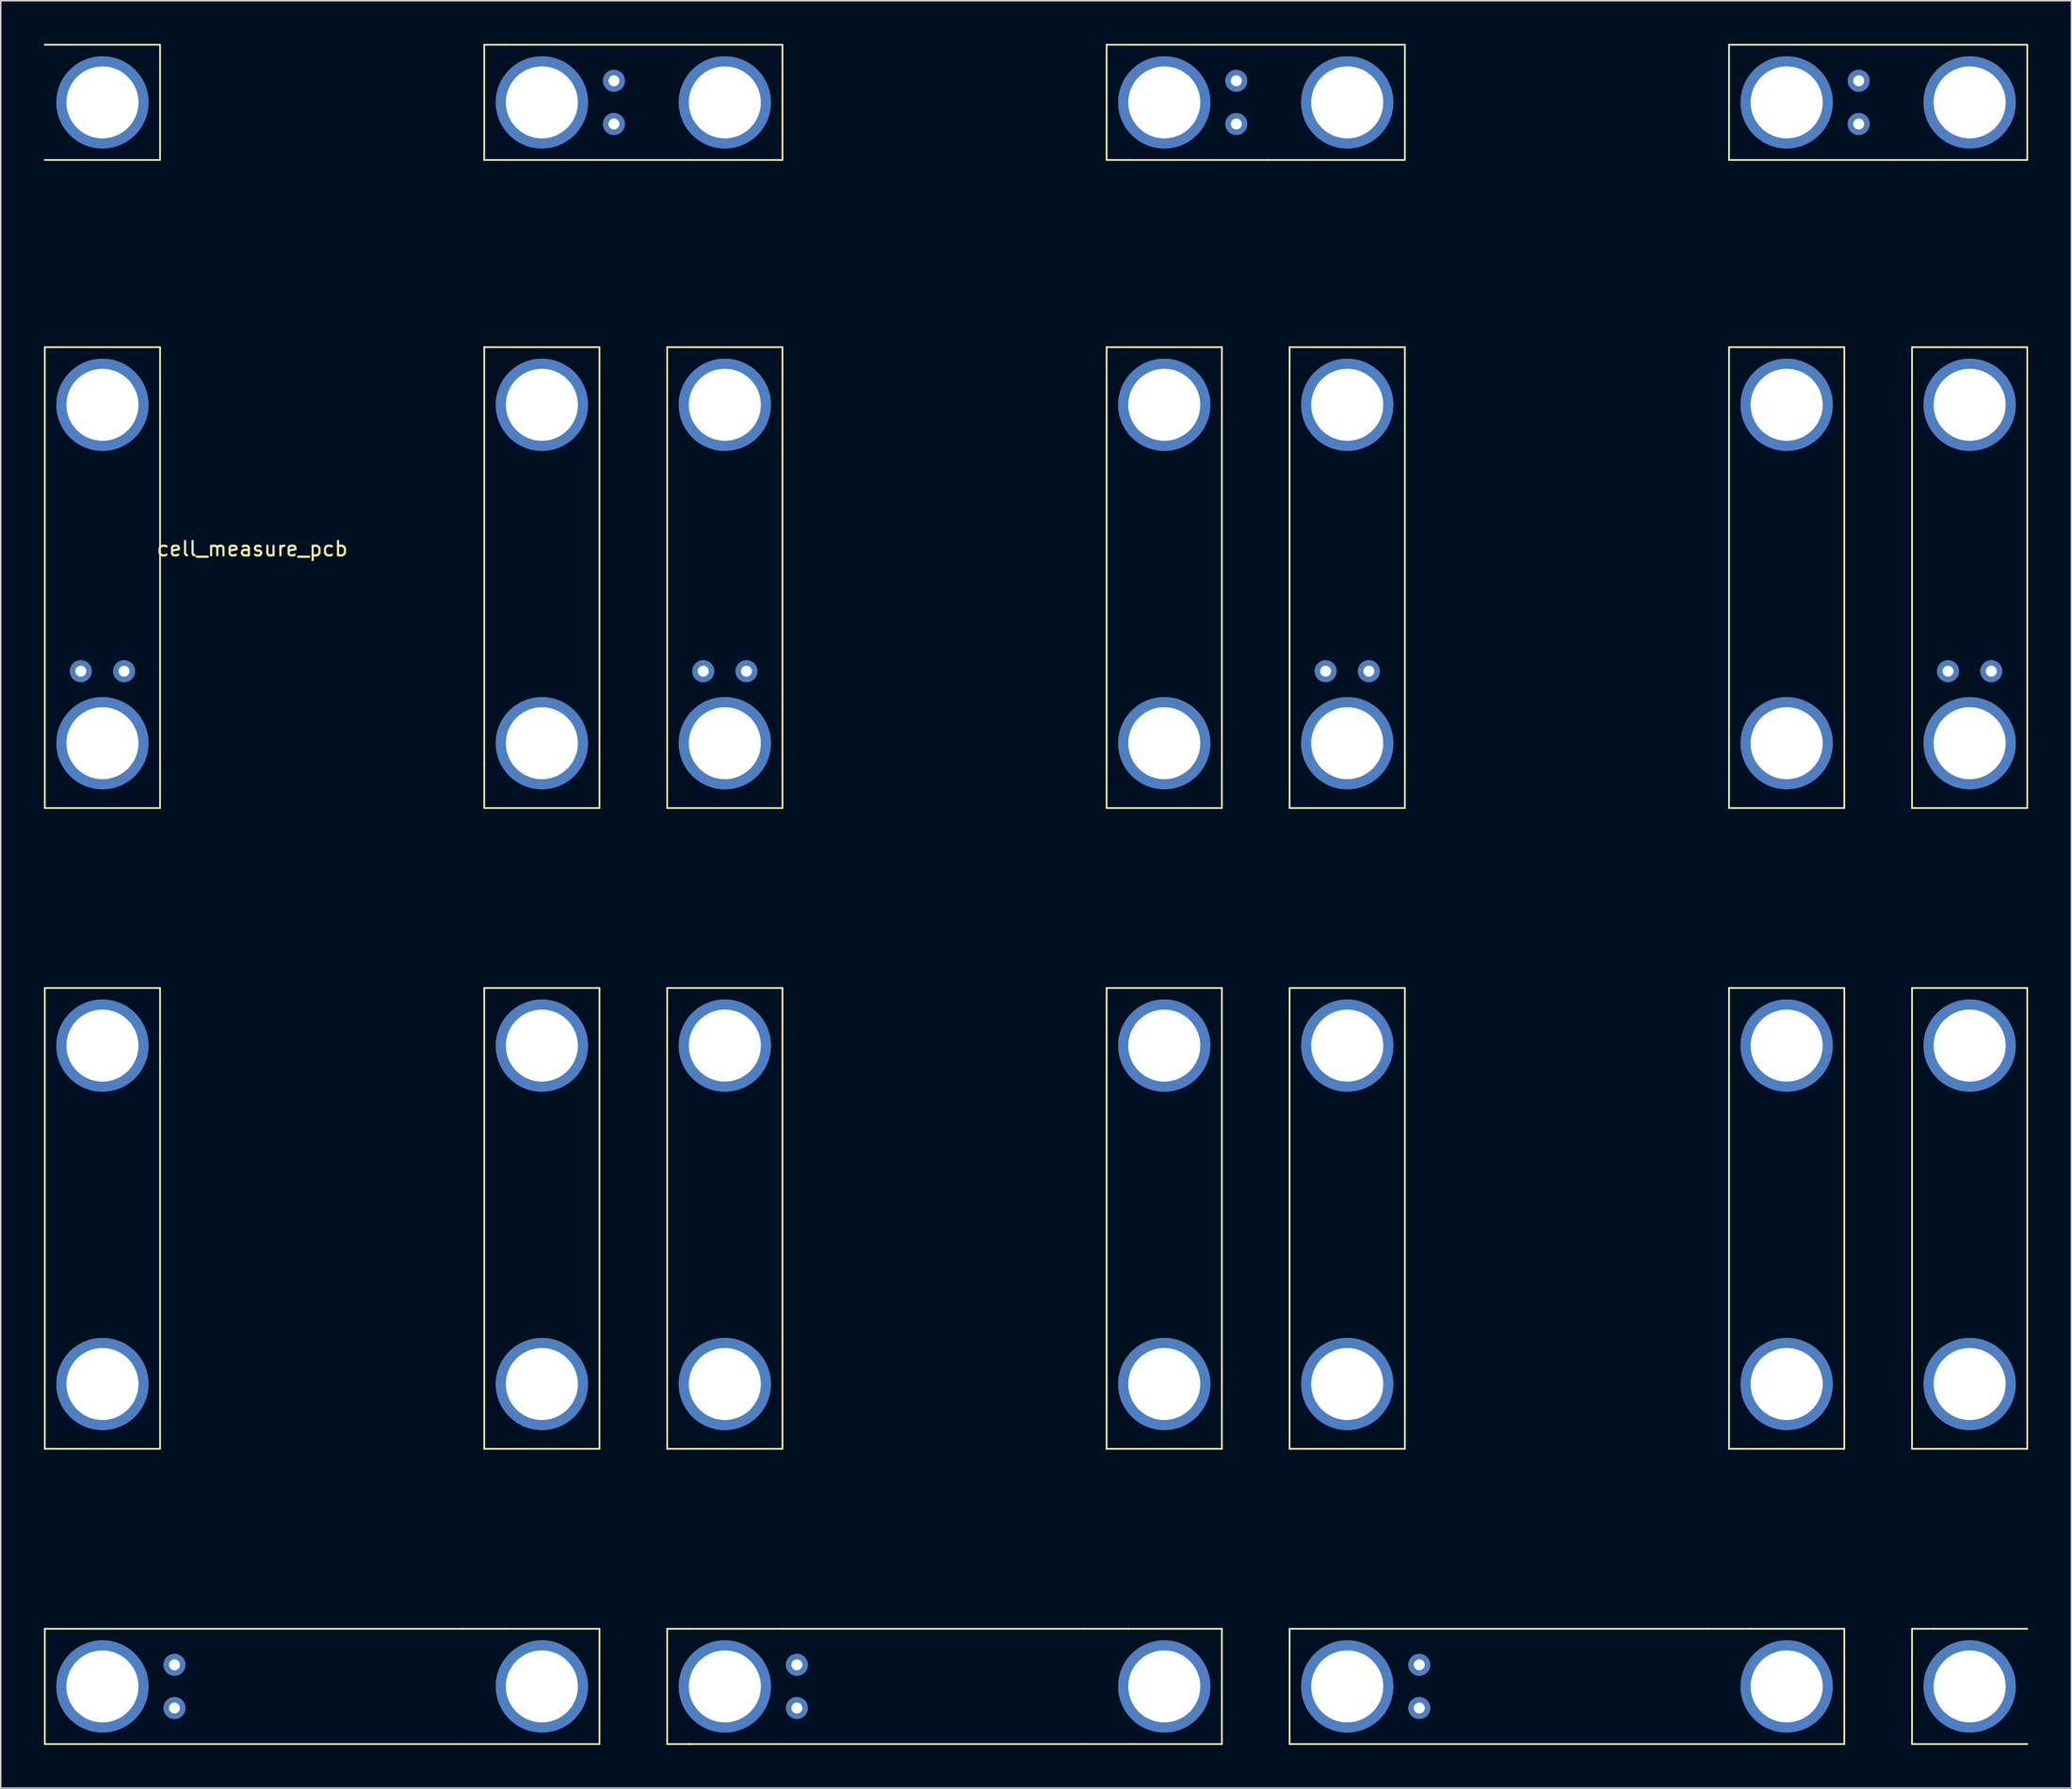
<source format=kicad_pcb>
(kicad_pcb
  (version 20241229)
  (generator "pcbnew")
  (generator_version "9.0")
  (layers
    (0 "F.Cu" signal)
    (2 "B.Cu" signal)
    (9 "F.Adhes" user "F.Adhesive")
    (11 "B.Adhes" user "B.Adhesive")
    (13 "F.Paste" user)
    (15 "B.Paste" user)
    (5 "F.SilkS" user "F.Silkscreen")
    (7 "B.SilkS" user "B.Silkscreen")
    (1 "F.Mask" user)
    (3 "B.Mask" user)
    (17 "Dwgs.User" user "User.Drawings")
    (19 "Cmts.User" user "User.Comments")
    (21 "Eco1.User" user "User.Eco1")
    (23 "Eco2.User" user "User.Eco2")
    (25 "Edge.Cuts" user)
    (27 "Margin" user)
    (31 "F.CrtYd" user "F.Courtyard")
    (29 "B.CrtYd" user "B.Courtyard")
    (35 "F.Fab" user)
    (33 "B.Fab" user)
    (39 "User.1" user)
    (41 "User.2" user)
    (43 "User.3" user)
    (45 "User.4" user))
  (footprint "cell_measure_pcb"
    (layer "F.Cu")
    (at 4.06 25.06)
    (property "Reference" "cell_measure_pcb" (at 10.4 10 0) (layer "F.SilkS") (effects (font (size 1 1) (thickness 0.15))))
    (attr through_hole)
    (fp_line (start -4 -25) (end 4 -25) (stroke (width 0.12) (type solid)) (layer "F.SilkS"))
    (fp_line (start -4 -4) (end -4 25) (stroke (width 0.12) (type solid)) (layer "F.SilkS"))
    (fp_line (start -4 25) (end -4 28) (stroke (width 0.12) (type solid)) (layer "F.SilkS"))
    (fp_line (start -4 28) (end 4 28) (stroke (width 0.12) (type solid)) (layer "F.SilkS"))
    (fp_line (start -4 40.5) (end -4 69.5) (stroke (width 0.12) (type solid)) (layer "F.SilkS"))
    (fp_line (start -4 69.5) (end -4 72.5) (stroke (width 0.12) (type solid)) (layer "F.SilkS"))
    (fp_line (start -4 72.5) (end 4 72.5) (stroke (width 0.12) (type solid)) (layer "F.SilkS"))
    (fp_line (start -4 85) (end -4 93) (stroke (width 0.12) (type solid)) (layer "F.SilkS"))
    (fp_line (start -4 93) (end 25 93) (stroke (width 0.12) (type solid)) (layer "F.SilkS"))
    (fp_line (start 4 -25) (end 4 -17) (stroke (width 0.12) (type solid)) (layer "F.SilkS"))
    (fp_line (start 4 -17) (end -4 -17) (stroke (width 0.12) (type solid)) (layer "F.SilkS"))
    (fp_line (start 4 -4) (end -4 -4) (stroke (width 0.12) (type solid)) (layer "F.SilkS"))
    (fp_line (start 4 25) (end 4 -4) (stroke (width 0.12) (type solid)) (layer "F.SilkS"))
    (fp_line (start 4 25) (end 4 28) (stroke (width 0.12) (type solid)) (layer "F.SilkS"))
    (fp_line (start 4 40.5) (end -4 40.5) (stroke (width 0.12) (type solid)) (layer "F.SilkS"))
    (fp_line (start 4 69.5) (end 4 40.5) (stroke (width 0.12) (type solid)) (layer "F.SilkS"))
    (fp_line (start 4 69.5) (end 4 72.5) (stroke (width 0.12) (type solid)) (layer "F.SilkS"))
    (fp_line (start 25 85) (end -4 85) (stroke (width 0.12) (type solid)) (layer "F.SilkS"))
    (fp_line (start 25 85) (end 28 85) (stroke (width 0.12) (type solid)) (layer "F.SilkS"))
    (fp_line (start 25 93) (end 28 93) (stroke (width 0.12) (type solid)) (layer "F.SilkS"))
    (fp_line (start 26.5 -25) (end 26.5 -17) (stroke (width 0.12) (type solid)) (layer "F.SilkS"))
    (fp_line (start 26.5 -25) (end 28.1 -25) (stroke (width 0.12) (type solid)) (layer "F.SilkS"))
    (fp_line (start 26.5 -17) (end 28 -17) (stroke (width 0.12) (type solid)) (layer "F.SilkS"))
    (fp_line (start 26.5 -4) (end 26.5 25) (stroke (width 0.12) (type solid)) (layer "F.SilkS"))
    (fp_line (start 26.5 25) (end 26.5 28) (stroke (width 0.12) (type solid)) (layer "F.SilkS"))
    (fp_line (start 26.5 28) (end 34.5 28) (stroke (width 0.12) (type solid)) (layer "F.SilkS"))
    (fp_line (start 26.5 40.5) (end 26.5 69.5) (stroke (width 0.12) (type solid)) (layer "F.SilkS"))
    (fp_line (start 26.5 69.5) (end 26.5 72.5) (stroke (width 0.12) (type solid)) (layer "F.SilkS"))
    (fp_line (start 26.5 72.5) (end 34.5 72.5) (stroke (width 0.12) (type solid)) (layer "F.SilkS"))
    (fp_line (start 28 -25) (end 34.5 -25) (stroke (width 0.12) (type solid)) (layer "F.SilkS"))
    (fp_line (start 28 -17) (end 34.5 -17) (stroke (width 0.12) (type solid)) (layer "F.SilkS"))
    (fp_line (start 28 85) (end 34.5 85) (stroke (width 0.12) (type solid)) (layer "F.SilkS"))
    (fp_line (start 28 93) (end 34.5 93) (stroke (width 0.12) (type solid)) (layer "F.SilkS"))
    (fp_line (start 34.5 -25) (end 37.7 -25) (stroke (width 0.12) (type solid)) (layer "F.SilkS"))
    (fp_line (start 34.5 -17) (end 37.7 -17) (stroke (width 0.12) (type solid)) (layer "F.SilkS"))
    (fp_line (start 34.5 -4) (end 26.5 -4) (stroke (width 0.12) (type solid)) (layer "F.SilkS"))
    (fp_line (start 34.5 25) (end 34.5 -4) (stroke (width 0.12) (type solid)) (layer "F.SilkS"))
    (fp_line (start 34.5 25) (end 34.5 28) (stroke (width 0.12) (type solid)) (layer "F.SilkS"))
    (fp_line (start 34.5 40.5) (end 26.5 40.5) (stroke (width 0.12) (type solid)) (layer "F.SilkS"))
    (fp_line (start 34.5 69.5) (end 34.5 40.5) (stroke (width 0.12) (type solid)) (layer "F.SilkS"))
    (fp_line (start 34.5 69.5) (end 34.5 72.5) (stroke (width 0.12) (type solid)) (layer "F.SilkS"))
    (fp_line (start 34.5 93) (end 34.5 85) (stroke (width 0.12) (type solid)) (layer "F.SilkS"))
    (fp_line (start 37.7 -25) (end 40.7 -25) (stroke (width 0.12) (type solid)) (layer "F.SilkS"))
    (fp_line (start 37.7 -17) (end 40.7 -17) (stroke (width 0.12) (type solid)) (layer "F.SilkS"))
    (fp_line (start 39.2 -4) (end 39.2 28) (stroke (width 0.12) (type solid)) (layer "F.SilkS"))
    (fp_line (start 39.2 28) (end 47.2 28) (stroke (width 0.12) (type solid)) (layer "F.SilkS"))
    (fp_line (start 39.2 40.5) (end 39.2 72.5) (stroke (width 0.12) (type solid)) (layer "F.SilkS"))
    (fp_line (start 39.2 72.5) (end 47.2 72.5) (stroke (width 0.12) (type solid)) (layer "F.SilkS"))
    (fp_line (start 39.2 85) (end 39.2 93) (stroke (width 0.12) (type solid)) (layer "F.SilkS"))
    (fp_line (start 39.2 93) (end 40.8 93) (stroke (width 0.12) (type solid)) (layer "F.SilkS"))
    (fp_line (start 40.7 -25) (end 47.2 -25) (stroke (width 0.12) (type solid)) (layer "F.SilkS"))
    (fp_line (start 40.7 -17) (end 47.2 -17) (stroke (width 0.12) (type solid)) (layer "F.SilkS"))
    (fp_line (start 40.7 85) (end 39.2 85) (stroke (width 0.12) (type solid)) (layer "F.SilkS"))
    (fp_line (start 40.7 85) (end 47.2 85) (stroke (width 0.12) (type solid)) (layer "F.SilkS"))
    (fp_line (start 40.7 93) (end 47.2 93) (stroke (width 0.12) (type solid)) (layer "F.SilkS"))
    (fp_line (start 47.2 -17) (end 47.2 -25) (stroke (width 0.12) (type solid)) (layer "F.SilkS"))
    (fp_line (start 47.2 -4) (end 39.2 -4) (stroke (width 0.12) (type solid)) (layer "F.SilkS"))
    (fp_line (start 47.2 25) (end 47.2 -4) (stroke (width 0.12) (type solid)) (layer "F.SilkS"))
    (fp_line (start 47.2 25) (end 47.2 28) (stroke (width 0.12) (type solid)) (layer "F.SilkS"))
    (fp_line (start 47.2 40.5) (end 39.2 40.5) (stroke (width 0.12) (type solid)) (layer "F.SilkS"))
    (fp_line (start 47.2 69.5) (end 47.2 40.5) (stroke (width 0.12) (type solid)) (layer "F.SilkS"))
    (fp_line (start 47.2 69.5) (end 47.2 72.5) (stroke (width 0.12) (type solid)) (layer "F.SilkS"))
    (fp_line (start 47.2 85) (end 68.2 85) (stroke (width 0.12) (type solid)) (layer "F.SilkS"))
    (fp_line (start 47.2 93) (end 68.2 93) (stroke (width 0.12) (type solid)) (layer "F.SilkS"))
    (fp_line (start 68.2 85) (end 71.2 85) (stroke (width 0.12) (type solid)) (layer "F.SilkS"))
    (fp_line (start 68.2 93) (end 71.2 93) (stroke (width 0.12) (type solid)) (layer "F.SilkS"))
    (fp_line (start 69.7 -25) (end 71.2 -25) (stroke (width 0.12) (type solid)) (layer "F.SilkS"))
    (fp_line (start 69.7 -17) (end 69.7 -25) (stroke (width 0.12) (type solid)) (layer "F.SilkS"))
    (fp_line (start 69.7 -17) (end 71.3 -17) (stroke (width 0.12) (type solid)) (layer "F.SilkS"))
    (fp_line (start 69.7 -4) (end 69.7 25) (stroke (width 0.12) (type solid)) (layer "F.SilkS"))
    (fp_line (start 69.7 25) (end 69.7 28) (stroke (width 0.12) (type solid)) (layer "F.SilkS"))
    (fp_line (start 69.7 28) (end 77.7 28) (stroke (width 0.12) (type solid)) (layer "F.SilkS"))
    (fp_line (start 69.7 40.5) (end 69.7 69.5) (stroke (width 0.12) (type solid)) (layer "F.SilkS"))
    (fp_line (start 69.7 69.5) (end 69.7 72.5) (stroke (width 0.12) (type solid)) (layer "F.SilkS"))
    (fp_line (start 69.7 72.5) (end 77.7 72.5) (stroke (width 0.12) (type solid)) (layer "F.SilkS"))
    (fp_line (start 71.2 -25) (end 77.7 -25) (stroke (width 0.12) (type solid)) (layer "F.SilkS"))
    (fp_line (start 71.2 -17) (end 77.7 -17) (stroke (width 0.12) (type solid)) (layer "F.SilkS"))
    (fp_line (start 71.2 85) (end 77.7 85) (stroke (width 0.12) (type solid)) (layer "F.SilkS"))
    (fp_line (start 71.2 93) (end 77.7 93) (stroke (width 0.12) (type solid)) (layer "F.SilkS"))
    (fp_line (start 77.7 -25) (end 80.9 -25) (stroke (width 0.12) (type solid)) (layer "F.SilkS"))
    (fp_line (start 77.7 -17) (end 80.9 -17) (stroke (width 0.12) (type solid)) (layer "F.SilkS"))
    (fp_line (start 77.7 -4) (end 69.7 -4) (stroke (width 0.12) (type solid)) (layer "F.SilkS"))
    (fp_line (start 77.7 25) (end 77.7 -4) (stroke (width 0.12) (type solid)) (layer "F.SilkS"))
    (fp_line (start 77.7 25) (end 77.7 28) (stroke (width 0.12) (type solid)) (layer "F.SilkS"))
    (fp_line (start 77.7 40.5) (end 69.7 40.5) (stroke (width 0.12) (type solid)) (layer "F.SilkS"))
    (fp_line (start 77.7 69.5) (end 77.7 40.5) (stroke (width 0.12) (type solid)) (layer "F.SilkS"))
    (fp_line (start 77.7 69.5) (end 77.7 72.5) (stroke (width 0.12) (type solid)) (layer "F.SilkS"))
    (fp_line (start 77.7 93) (end 77.7 85) (stroke (width 0.12) (type solid)) (layer "F.SilkS"))
    (fp_line (start 80.9 -25) (end 83.9 -25) (stroke (width 0.12) (type solid)) (layer "F.SilkS"))
    (fp_line (start 80.9 -17) (end 83.9 -17) (stroke (width 0.12) (type solid)) (layer "F.SilkS"))
    (fp_line (start 82.4 28) (end 82.4 -4) (stroke (width 0.12) (type solid)) (layer "F.SilkS"))
    (fp_line (start 82.4 28) (end 90.4 28) (stroke (width 0.12) (type solid)) (layer "F.SilkS"))
    (fp_line (start 82.4 40.5) (end 82.4 72.5) (stroke (width 0.12) (type solid)) (layer "F.SilkS"))
    (fp_line (start 82.4 72.5) (end 90.4 72.5) (stroke (width 0.12) (type solid)) (layer "F.SilkS"))
    (fp_line (start 82.4 85) (end 82.4 93) (stroke (width 0.12) (type solid)) (layer "F.SilkS"))
    (fp_line (start 82.4 85) (end 83.9 85) (stroke (width 0.12) (type solid)) (layer "F.SilkS"))
    (fp_line (start 82.4 93) (end 83.9 93) (stroke (width 0.12) (type solid)) (layer "F.SilkS"))
    (fp_line (start 83.9 -25) (end 90.4 -25) (stroke (width 0.12) (type solid)) (layer "F.SilkS"))
    (fp_line (start 83.9 -17) (end 90.4 -17) (stroke (width 0.12) (type solid)) (layer "F.SilkS"))
    (fp_line (start 83.9 85) (end 90.4 85) (stroke (width 0.12) (type solid)) (layer "F.SilkS"))
    (fp_line (start 83.9 93) (end 90.4 93) (stroke (width 0.12) (type solid)) (layer "F.SilkS"))
    (fp_line (start 90.4 -17) (end 90.4 -25) (stroke (width 0.12) (type solid)) (layer "F.SilkS"))
    (fp_line (start 90.4 -4) (end 82.4 -4) (stroke (width 0.12) (type solid)) (layer "F.SilkS"))
    (fp_line (start 90.4 25) (end 90.4 -4) (stroke (width 0.12) (type solid)) (layer "F.SilkS"))
    (fp_line (start 90.4 25) (end 90.4 28) (stroke (width 0.12) (type solid)) (layer "F.SilkS"))
    (fp_line (start 90.4 40.5) (end 82.4 40.5) (stroke (width 0.12) (type solid)) (layer "F.SilkS"))
    (fp_line (start 90.4 69.5) (end 90.4 40.5) (stroke (width 0.12) (type solid)) (layer "F.SilkS"))
    (fp_line (start 90.4 69.5) (end 90.4 72.5) (stroke (width 0.12) (type solid)) (layer "F.SilkS"))
    (fp_line (start 90.4 85) (end 111.4 85) (stroke (width 0.12) (type solid)) (layer "F.SilkS"))
    (fp_line (start 90.4 93) (end 111.4 93) (stroke (width 0.12) (type solid)) (layer "F.SilkS"))
    (fp_line (start 111.4 85) (end 114.4 85) (stroke (width 0.12) (type solid)) (layer "F.SilkS"))
    (fp_line (start 111.4 93) (end 114.4 93) (stroke (width 0.12) (type solid)) (layer "F.SilkS"))
    (fp_line (start 112.9 -17) (end 112.9 -25) (stroke (width 0.12) (type solid)) (layer "F.SilkS"))
    (fp_line (start 112.9 -4) (end 112.9 25) (stroke (width 0.12) (type solid)) (layer "F.SilkS"))
    (fp_line (start 112.9 25) (end 112.9 28) (stroke (width 0.12) (type solid)) (layer "F.SilkS"))
    (fp_line (start 112.9 28) (end 120.9 28) (stroke (width 0.12) (type solid)) (layer "F.SilkS"))
    (fp_line (start 112.9 40.5) (end 112.9 69.5) (stroke (width 0.12) (type solid)) (layer "F.SilkS"))
    (fp_line (start 112.9 69.5) (end 112.9 72.5) (stroke (width 0.12) (type solid)) (layer "F.SilkS"))
    (fp_line (start 112.9 72.5) (end 120.9 72.5) (stroke (width 0.12) (type solid)) (layer "F.SilkS"))
    (fp_line (start 114.4 85) (end 120.9 85) (stroke (width 0.12) (type solid)) (layer "F.SilkS"))
    (fp_line (start 114.4 93) (end 120.9 93) (stroke (width 0.12) (type solid)) (layer "F.SilkS"))
    (fp_line (start 120.9 -4) (end 112.9 -4) (stroke (width 0.12) (type solid)) (layer "F.SilkS"))
    (fp_line (start 120.9 25) (end 120.9 -4) (stroke (width 0.12) (type solid)) (layer "F.SilkS"))
    (fp_line (start 120.9 25) (end 120.9 28) (stroke (width 0.12) (type solid)) (layer "F.SilkS"))
    (fp_line (start 120.9 40.5) (end 112.9 40.5) (stroke (width 0.12) (type solid)) (layer "F.SilkS"))
    (fp_line (start 120.9 69.5) (end 120.9 40.5) (stroke (width 0.12) (type solid)) (layer "F.SilkS"))
    (fp_line (start 120.9 69.5) (end 120.9 72.5) (stroke (width 0.12) (type solid)) (layer "F.SilkS"))
    (fp_line (start 120.9 93) (end 120.9 85) (stroke (width 0.12) (type solid)) (layer "F.SilkS"))
    (fp_line (start 124.1 -25) (end 112.9 -25) (stroke (width 0.12) (type solid)) (layer "F.SilkS"))
    (fp_line (start 124.1 -25) (end 127.1 -25) (stroke (width 0.12) (type solid)) (layer "F.SilkS"))
    (fp_line (start 124.1 -17) (end 112.9 -17) (stroke (width 0.12) (type solid)) (layer "F.SilkS"))
    (fp_line (start 124.1 -17) (end 127.1 -17) (stroke (width 0.12) (type solid)) (layer "F.SilkS"))
    (fp_line (start 125.6 -4) (end 125.6 28) (stroke (width 0.12) (type solid)) (layer "F.SilkS"))
    (fp_line (start 125.6 28) (end 133.6 28) (stroke (width 0.12) (type solid)) (layer "F.SilkS"))
    (fp_line (start 125.6 40.5) (end 125.6 72.5) (stroke (width 0.12) (type solid)) (layer "F.SilkS"))
    (fp_line (start 125.6 72.5) (end 133.6 72.5) (stroke (width 0.12) (type solid)) (layer "F.SilkS"))
    (fp_line (start 125.6 85) (end 125.6 93) (stroke (width 0.12) (type solid)) (layer "F.SilkS"))
    (fp_line (start 125.6 85) (end 127.1 85) (stroke (width 0.12) (type solid)) (layer "F.SilkS"))
    (fp_line (start 125.6 93) (end 127.1 93) (stroke (width 0.12) (type solid)) (layer "F.SilkS"))
    (fp_line (start 127.1 -25) (end 133.6 -25) (stroke (width 0.12) (type solid)) (layer "F.SilkS"))
    (fp_line (start 127.1 -17) (end 133.6 -17) (stroke (width 0.12) (type solid)) (layer "F.SilkS"))
    (fp_line (start 127.1 85) (end 133.6 85) (stroke (width 0.12) (type solid)) (layer "F.SilkS"))
    (fp_line (start 127.1 93) (end 133.6 93) (stroke (width 0.12) (type solid)) (layer "F.SilkS"))
    (fp_line (start 133.6 -17) (end 133.6 -25) (stroke (width 0.12) (type solid)) (layer "F.SilkS"))
    (fp_line (start 133.6 -4) (end 125.6 -4) (stroke (width 0.12) (type solid)) (layer "F.SilkS"))
    (fp_line (start 133.6 25) (end 133.6 -4) (stroke (width 0.12) (type solid)) (layer "F.SilkS"))
    (fp_line (start 133.6 25) (end 133.6 28) (stroke (width 0.12) (type solid)) (layer "F.SilkS"))
    (fp_line (start 133.6 40.5) (end 125.6 40.5) (stroke (width 0.12) (type solid)) (layer "F.SilkS"))
    (fp_line (start 133.6 69.5) (end 133.6 40.5) (stroke (width 0.12) (type solid)) (layer "F.SilkS"))
    (fp_line (start 133.6 69.5) (end 133.6 72.5) (stroke (width 0.12) (type solid)) (layer "F.SilkS"))
    (pad "1" thru_hole circle (at 0 -21) (size 6.4 6.4) (drill 5) (layers "*.Cu" "*.Mask"))
    (pad "2" thru_hole circle (at 0 0) (size 6.4 6.4) (drill 5) (layers "*.Cu" "*.Mask"))
    (pad "2" thru_hole circle (at 0 23.5) (size 6.4 6.4) (drill 5) (layers "*.Cu" "*.Mask"))
    (pad "3" thru_hole circle (at 0 44.5) (size 6.4 6.4) (drill 5) (layers "*.Cu" "*.Mask"))
    (pad "3" thru_hole circle (at 0 68) (size 6.4 6.4) (drill 5) (layers "*.Cu" "*.Mask"))
    (pad "4" thru_hole circle (at 0 89 90) (size 6.4 6.4) (drill 5) (layers "*.Cu" "*.Mask"))
    (pad "4" thru_hole circle (at 30.5 89 90) (size 6.4 6.4) (drill 5) (layers "*.Cu" "*.Mask"))
    (pad "5" thru_hole circle (at 30.5 44.5) (size 6.4 6.4) (drill 5) (layers "*.Cu" "*.Mask"))
    (pad "5" thru_hole circle (at 30.5 68) (size 6.4 6.4) (drill 5) (layers "*.Cu" "*.Mask"))
    (pad "6" thru_hole circle (at 30.5 0) (size 6.4 6.4) (drill 5) (layers "*.Cu" "*.Mask"))
    (pad "6" thru_hole circle (at 30.5 23.5) (size 6.4 6.4) (drill 5) (layers "*.Cu" "*.Mask"))
    (pad "7" thru_hole circle (at 30.5 -21 90) (size 6.4 6.4) (drill 5) (layers "*.Cu" "*.Mask"))
    (pad "7" thru_hole circle (at 43.2 -21 90) (size 6.4 6.4) (drill 5) (layers "*.Cu" "*.Mask"))
    (pad "8" thru_hole circle (at 43.2 0) (size 6.4 6.4) (drill 5) (layers "*.Cu" "*.Mask"))
    (pad "8" thru_hole circle (at 43.2 23.5) (size 6.4 6.4) (drill 5) (layers "*.Cu" "*.Mask"))
    (pad "9" thru_hole circle (at 43.2 44.5) (size 6.4 6.4) (drill 5) (layers "*.Cu" "*.Mask"))
    (pad "9" thru_hole circle (at 43.2 68) (size 6.4 6.4) (drill 5) (layers "*.Cu" "*.Mask"))
    (pad "10" thru_hole circle (at 43.2 89 90) (size 6.4 6.4) (drill 5) (layers "*.Cu" "*.Mask"))
    (pad "10" thru_hole circle (at 73.7 89 90) (size 6.4 6.4) (drill 5) (layers "*.Cu" "*.Mask"))
    (pad "11" thru_hole circle (at 73.7 44.5) (size 6.4 6.4) (drill 5) (layers "*.Cu" "*.Mask"))
    (pad "11" thru_hole circle (at 73.7 68) (size 6.4 6.4) (drill 5) (layers "*.Cu" "*.Mask"))
    (pad "12" thru_hole circle (at 73.7 0) (size 6.4 6.4) (drill 5) (layers "*.Cu" "*.Mask"))
    (pad "12" thru_hole circle (at 73.7 23.5) (size 6.4 6.4) (drill 5) (layers "*.Cu" "*.Mask"))
    (pad "13" thru_hole circle (at 73.7 -21 90) (size 6.4 6.4) (drill 5) (layers "*.Cu" "*.Mask"))
    (pad "13" thru_hole circle (at 86.4 -21 90) (size 6.4 6.4) (drill 5) (layers "*.Cu" "*.Mask"))
    (pad "14" thru_hole circle (at 86.4 0) (size 6.4 6.4) (drill 5) (layers "*.Cu" "*.Mask"))
    (pad "14" thru_hole circle (at 86.4 23.5) (size 6.4 6.4) (drill 5) (layers "*.Cu" "*.Mask"))
    (pad "15" thru_hole circle (at 86.4 44.5) (size 6.4 6.4) (drill 5) (layers "*.Cu" "*.Mask"))
    (pad "15" thru_hole circle (at 86.4 68) (size 6.4 6.4) (drill 5) (layers "*.Cu" "*.Mask"))
    (pad "16" thru_hole circle (at 86.4 89 90) (size 6.4 6.4) (drill 5) (layers "*.Cu" "*.Mask"))
    (pad "16" thru_hole circle (at 116.9 89 90) (size 6.4 6.4) (drill 5) (layers "*.Cu" "*.Mask"))
    (pad "17" thru_hole circle (at 116.9 44.5) (size 6.4 6.4) (drill 5) (layers "*.Cu" "*.Mask"))
    (pad "17" thru_hole circle (at 116.9 68) (size 6.4 6.4) (drill 5) (layers "*.Cu" "*.Mask"))
    (pad "18" thru_hole circle (at 116.9 0) (size 6.4 6.4) (drill 5) (layers "*.Cu" "*.Mask"))
    (pad "18" thru_hole circle (at 116.9 23.5) (size 6.4 6.4) (drill 5) (layers "*.Cu" "*.Mask"))
    (pad "19" thru_hole circle (at 116.9 -21 90) (size 6.4 6.4) (drill 5) (layers "*.Cu" "*.Mask"))
    (pad "19" thru_hole circle (at 129.6 -21 90) (size 6.4 6.4) (drill 5) (layers "*.Cu" "*.Mask"))
    (pad "20" thru_hole circle (at 129.6 0) (size 6.4 6.4) (drill 5) (layers "*.Cu" "*.Mask"))
    (pad "20" thru_hole circle (at 129.6 23.5) (size 6.4 6.4) (drill 5) (layers "*.Cu" "*.Mask"))
    (pad "21" thru_hole circle (at 129.6 44.5) (size 6.4 6.4) (drill 5) (layers "*.Cu" "*.Mask"))
    (pad "21" thru_hole circle (at 129.6 68) (size 6.4 6.4) (drill 5) (layers "*.Cu" "*.Mask"))
    (pad "22" thru_hole circle (at 129.6 89 90) (size 6.4 6.4) (drill 5) (layers "*.Cu" "*.Mask"))
    (pad "23" thru_hole circle (at -1.5 18.5) (size 1.524 1.524) (drill 0.762) (layers "*.Cu" "*.Mask"))
    (pad "24" thru_hole circle (at 1.5 18.5) (size 1.524 1.524) (drill 0.762) (layers "*.Cu" "*.Mask"))
    (pad "25" thru_hole circle (at 5 87.5 90) (size 1.524 1.524) (drill 0.762) (layers "*.Cu" "*.Mask"))
    (pad "26" thru_hole circle (at 5 90.5 90) (size 1.524 1.524) (drill 0.762) (layers "*.Cu" "*.Mask"))
    (pad "27" thru_hole circle (at 35.5 -22.5 90) (size 1.524 1.524) (drill 0.762) (layers "*.Cu" "*.Mask"))
    (pad "28" thru_hole circle (at 35.5 -19.5 90) (size 1.524 1.524) (drill 0.762) (layers "*.Cu" "*.Mask"))
    (pad "29" thru_hole circle (at 41.7 18.5) (size 1.524 1.524) (drill 0.762) (layers "*.Cu" "*.Mask"))
    (pad "30" thru_hole circle (at 44.7 18.5) (size 1.524 1.524) (drill 0.762) (layers "*.Cu" "*.Mask"))
    (pad "31" thru_hole circle (at 48.2 87.5 90) (size 1.524 1.524) (drill 0.762) (layers "*.Cu" "*.Mask"))
    (pad "32" thru_hole circle (at 48.2 90.5 90) (size 1.524 1.524) (drill 0.762) (layers "*.Cu" "*.Mask"))
    (pad "33" thru_hole circle (at 78.7 -22.5 90) (size 1.524 1.524) (drill 0.762) (layers "*.Cu" "*.Mask"))
    (pad "34" thru_hole circle (at 78.7 -19.5 90) (size 1.524 1.524) (drill 0.762) (layers "*.Cu" "*.Mask"))
    (pad "35" thru_hole circle (at 84.9 18.5) (size 1.524 1.524) (drill 0.762) (layers "*.Cu" "*.Mask"))
    (pad "36" thru_hole circle (at 87.9 18.5) (size 1.524 1.524) (drill 0.762) (layers "*.Cu" "*.Mask"))
    (pad "37" thru_hole circle (at 91.4 87.5 90) (size 1.524 1.524) (drill 0.762) (layers "*.Cu" "*.Mask"))
    (pad "38" thru_hole circle (at 91.4 90.5 90) (size 1.524 1.524) (drill 0.762) (layers "*.Cu" "*.Mask"))
    (pad "39" thru_hole circle (at 121.9 -22.5 90) (size 1.524 1.524) (drill 0.762) (layers "*.Cu" "*.Mask"))
    (pad "40" thru_hole circle (at 121.9 -19.5 90) (size 1.524 1.524) (drill 0.762) (layers "*.Cu" "*.Mask"))
    (pad "41" thru_hole circle (at 128.1 18.5) (size 1.524 1.524) (drill 0.762) (layers "*.Cu" "*.Mask"))
    (pad "42" thru_hole circle (at 131.1 18.5) (size 1.524 1.524) (drill 0.762) (layers "*.Cu" "*.Mask")))
  (gr_rect
    (start -3 -3)
    (end 140.72 121.12)
    (stroke (width 0.1) (type default))
    (fill no)
    (layer "Edge.Cuts")))
</source>
